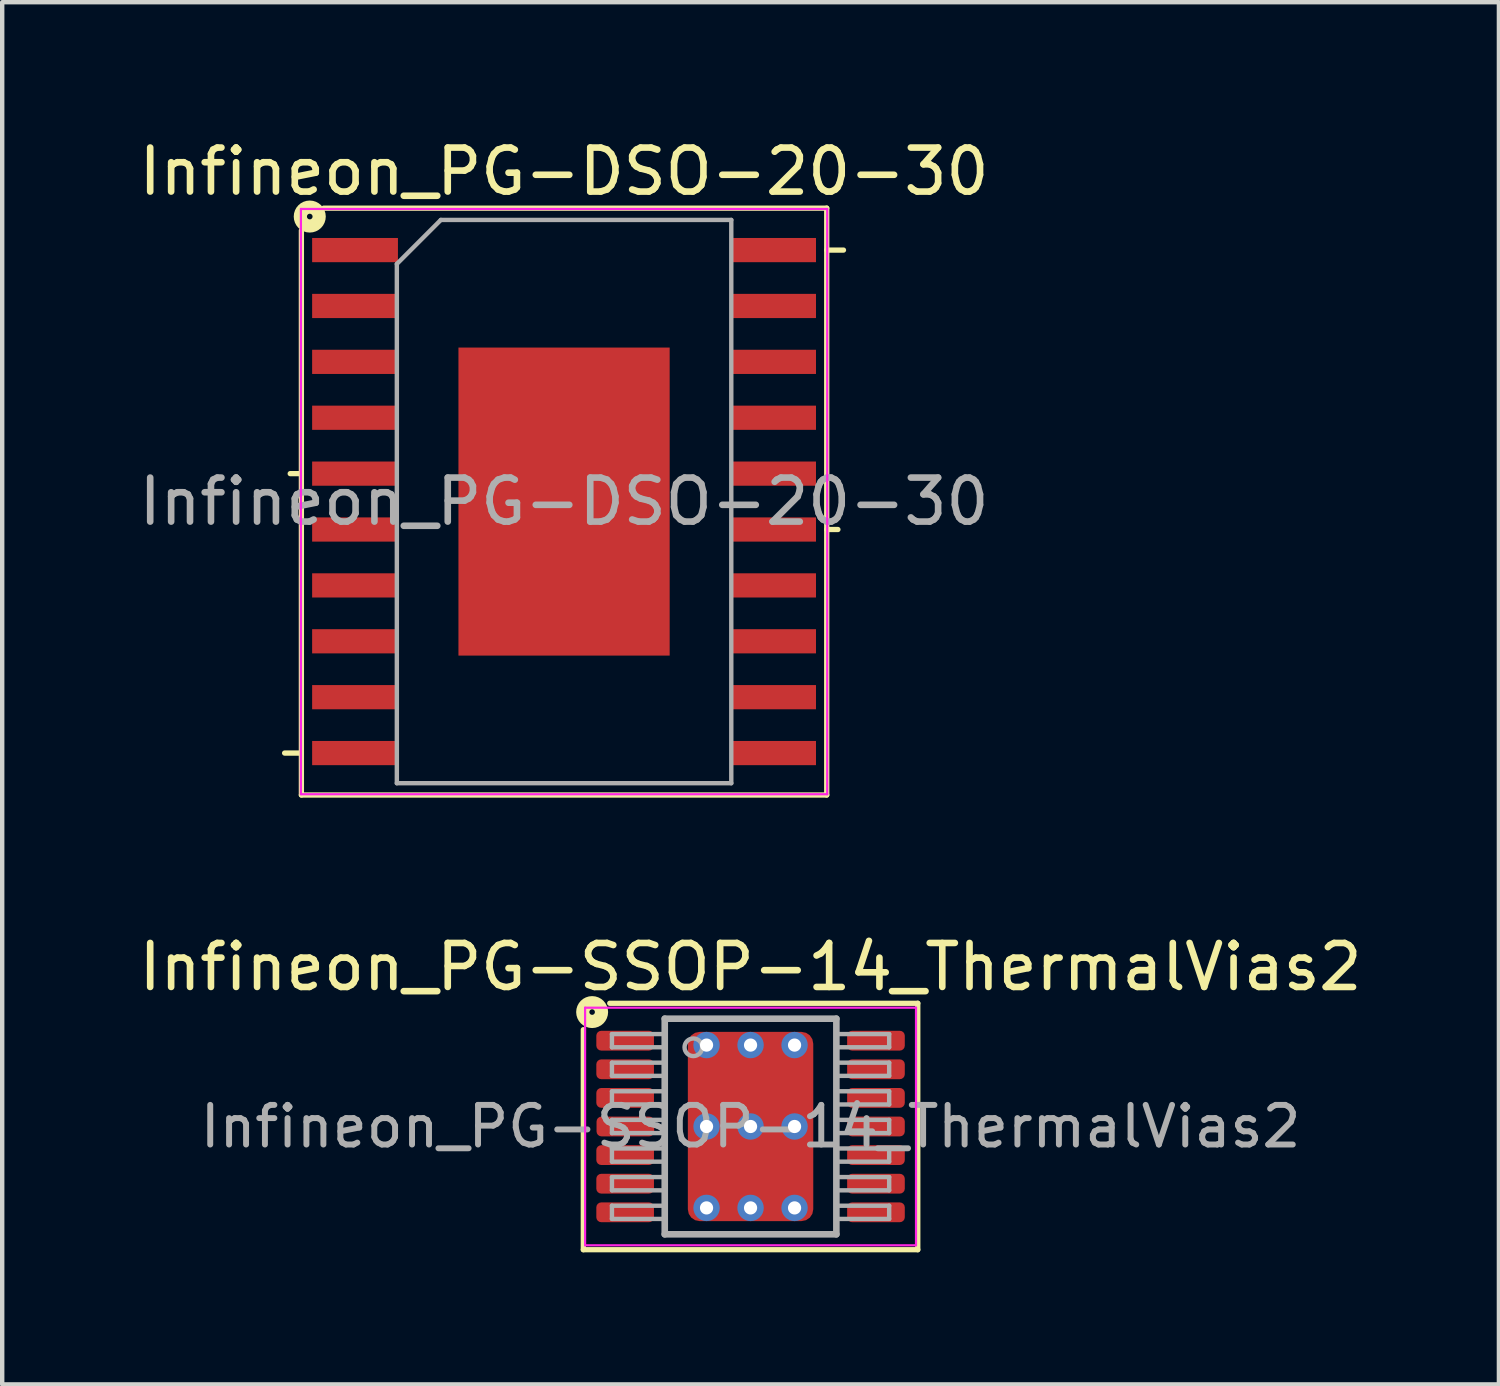
<source format=kicad_pcb>
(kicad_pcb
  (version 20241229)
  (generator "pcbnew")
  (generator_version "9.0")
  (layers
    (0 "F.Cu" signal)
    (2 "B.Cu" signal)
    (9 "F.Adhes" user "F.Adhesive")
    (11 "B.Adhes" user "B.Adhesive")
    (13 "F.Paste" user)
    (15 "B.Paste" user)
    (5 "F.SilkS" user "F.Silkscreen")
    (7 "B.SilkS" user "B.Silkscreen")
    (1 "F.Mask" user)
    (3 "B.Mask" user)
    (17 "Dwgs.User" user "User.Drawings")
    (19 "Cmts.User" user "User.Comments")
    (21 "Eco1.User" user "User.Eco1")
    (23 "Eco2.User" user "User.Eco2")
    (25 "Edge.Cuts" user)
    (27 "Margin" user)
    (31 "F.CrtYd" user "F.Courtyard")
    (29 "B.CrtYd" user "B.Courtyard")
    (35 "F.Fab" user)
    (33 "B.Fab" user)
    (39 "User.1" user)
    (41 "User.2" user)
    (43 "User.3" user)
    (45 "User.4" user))
  (footprint "Infineon_PG-SSOP-14_ThermalVias2"
    (layer "F.Cu")
    (at 14.006 22.549)
    (property "Reference" "Infineon_PG-SSOP-14_ThermalVias2" (at 0 -3.626 0) (layer "F.SilkS") (effects (font (size 1 1) (thickness 0.15))))
    (attr smd)
    (fp_line (start -3.8 2.8) (end -3.8 -2.2) (stroke (width 0.12) (type solid)) (layer "F.SilkS"))
    (fp_line (start -3.2 -2.8) (end 3.8 -2.8) (stroke (width 0.12) (type solid)) (layer "F.SilkS"))
    (fp_line (start 3.8 -2.8) (end 3.8 2.8) (stroke (width 0.12) (type solid)) (layer "F.SilkS"))
    (fp_line (start 3.8 2.8) (end -3.8 2.8) (stroke (width 0.12) (type solid)) (layer "F.SilkS"))
    (fp_circle (center -3.6 -2.6) (end -3.537 -2.6) (stroke (width 0.3) (type solid)) (fill no) (layer "F.SilkS"))
    (fp_line (start -3.76 -2.7) (end -3.76 2.7) (stroke (width 0.05) (type solid)) (layer "F.CrtYd"))
    (fp_line (start -3.76 -2.7) (end 3.76 -2.7) (stroke (width 0.05) (type solid)) (layer "F.CrtYd"))
    (fp_line (start -3.76 2.7) (end 3.76 2.7) (stroke (width 0.05) (type solid)) (layer "F.CrtYd"))
    (fp_line (start 3.76 -2.7) (end 3.76 2.7) (stroke (width 0.05) (type solid)) (layer "F.CrtYd"))
    (fp_line (start -3.15 -2.1) (end -3.15 -1.8) (stroke (width 0.1) (type solid)) (layer "F.Fab"))
    (fp_line (start -3.15 -2.1) (end -1.95 -2.1) (stroke (width 0.1) (type solid)) (layer "F.Fab"))
    (fp_line (start -3.15 -1.8) (end -1.95 -1.8) (stroke (width 0.1) (type solid)) (layer "F.Fab"))
    (fp_line (start -3.15 -1.45) (end -3.15 -1.15) (stroke (width 0.1) (type solid)) (layer "F.Fab"))
    (fp_line (start -3.15 -1.45) (end -1.95 -1.45) (stroke (width 0.1) (type solid)) (layer "F.Fab"))
    (fp_line (start -3.15 -1.15) (end -1.95 -1.15) (stroke (width 0.1) (type solid)) (layer "F.Fab"))
    (fp_line (start -3.15 -0.8) (end -3.15 -0.5) (stroke (width 0.1) (type solid)) (layer "F.Fab"))
    (fp_line (start -3.15 -0.8) (end -1.95 -0.8) (stroke (width 0.1) (type solid)) (layer "F.Fab"))
    (fp_line (start -3.15 -0.5) (end -1.95 -0.5) (stroke (width 0.1) (type solid)) (layer "F.Fab"))
    (fp_line (start -3.15 -0.15) (end -3.15 0.15) (stroke (width 0.1) (type solid)) (layer "F.Fab"))
    (fp_line (start -3.15 -0.15) (end -1.95 -0.15) (stroke (width 0.1) (type solid)) (layer "F.Fab"))
    (fp_line (start -3.15 0.15) (end -1.95 0.15) (stroke (width 0.1) (type solid)) (layer "F.Fab"))
    (fp_line (start -3.15 0.5) (end -3.15 0.8) (stroke (width 0.1) (type solid)) (layer "F.Fab"))
    (fp_line (start -3.15 0.5) (end -1.95 0.5) (stroke (width 0.1) (type solid)) (layer "F.Fab"))
    (fp_line (start -3.15 0.8) (end -1.95 0.8) (stroke (width 0.1) (type solid)) (layer "F.Fab"))
    (fp_line (start -3.15 1.15) (end -3.15 1.45) (stroke (width 0.1) (type solid)) (layer "F.Fab"))
    (fp_line (start -3.15 1.15) (end -1.95 1.15) (stroke (width 0.1) (type solid)) (layer "F.Fab"))
    (fp_line (start -3.15 1.45) (end -1.95 1.45) (stroke (width 0.1) (type solid)) (layer "F.Fab"))
    (fp_line (start -3.15 1.8) (end -3.15 2.1) (stroke (width 0.1) (type solid)) (layer "F.Fab"))
    (fp_line (start -3.15 1.8) (end -1.95 1.8) (stroke (width 0.1) (type solid)) (layer "F.Fab"))
    (fp_line (start -3.15 2.1) (end -1.95 2.1) (stroke (width 0.1) (type solid)) (layer "F.Fab"))
    (fp_line (start -1.95 -2.45) (end 1.95 -2.45) (stroke (width 0.15) (type solid)) (layer "F.Fab"))
    (fp_line (start -1.95 2.45) (end -1.95 -2.45) (stroke (width 0.15) (type solid)) (layer "F.Fab"))
    (fp_line (start 1.95 -2.45) (end 1.95 2.45) (stroke (width 0.15) (type solid)) (layer "F.Fab"))
    (fp_line (start 1.95 2.45) (end -1.95 2.45) (stroke (width 0.15) (type solid)) (layer "F.Fab"))
    (fp_line (start 3.15 -2.1) (end 1.95 -2.1) (stroke (width 0.1) (type solid)) (layer "F.Fab"))
    (fp_line (start 3.15 -1.8) (end 1.95 -1.8) (stroke (width 0.1) (type solid)) (layer "F.Fab"))
    (fp_line (start 3.15 -1.8) (end 3.15 -2.1) (stroke (width 0.1) (type solid)) (layer "F.Fab"))
    (fp_line (start 3.15 -1.45) (end 1.95 -1.45) (stroke (width 0.1) (type solid)) (layer "F.Fab"))
    (fp_line (start 3.15 -1.15) (end 1.95 -1.15) (stroke (width 0.1) (type solid)) (layer "F.Fab"))
    (fp_line (start 3.15 -1.15) (end 3.15 -1.45) (stroke (width 0.1) (type solid)) (layer "F.Fab"))
    (fp_line (start 3.15 -0.8) (end 1.95 -0.8) (stroke (width 0.1) (type solid)) (layer "F.Fab"))
    (fp_line (start 3.15 -0.5) (end 1.95 -0.5) (stroke (width 0.1) (type solid)) (layer "F.Fab"))
    (fp_line (start 3.15 -0.5) (end 3.15 -0.8) (stroke (width 0.1) (type solid)) (layer "F.Fab"))
    (fp_line (start 3.15 -0.15) (end 1.95 -0.15) (stroke (width 0.1) (type solid)) (layer "F.Fab"))
    (fp_line (start 3.15 0.15) (end 1.95 0.15) (stroke (width 0.1) (type solid)) (layer "F.Fab"))
    (fp_line (start 3.15 0.15) (end 3.15 -0.15) (stroke (width 0.1) (type solid)) (layer "F.Fab"))
    (fp_line (start 3.15 0.5) (end 1.95 0.5) (stroke (width 0.1) (type solid)) (layer "F.Fab"))
    (fp_line (start 3.15 0.8) (end 1.95 0.8) (stroke (width 0.1) (type solid)) (layer "F.Fab"))
    (fp_line (start 3.15 0.8) (end 3.15 0.5) (stroke (width 0.1) (type solid)) (layer "F.Fab"))
    (fp_line (start 3.15 1.15) (end 1.95 1.15) (stroke (width 0.1) (type solid)) (layer "F.Fab"))
    (fp_line (start 3.15 1.45) (end 1.95 1.45) (stroke (width 0.1) (type solid)) (layer "F.Fab"))
    (fp_line (start 3.15 1.45) (end 3.15 1.15) (stroke (width 0.1) (type solid)) (layer "F.Fab"))
    (fp_line (start 3.15 1.8) (end 1.95 1.8) (stroke (width 0.1) (type solid)) (layer "F.Fab"))
    (fp_line (start 3.15 2.1) (end 1.95 2.1) (stroke (width 0.1) (type solid)) (layer "F.Fab"))
    (fp_line (start 3.15 2.1) (end 3.15 1.8) (stroke (width 0.1) (type solid)) (layer "F.Fab"))
    (fp_circle (center -1.3 -1.8) (end -1.1 -1.8) (stroke (width 0.1) (type solid)) (fill no) (layer "F.Fab"))
    (fp_text user "${REFERENCE}" (at 0 0 0) (layer "F.Fab") (effects (font (size 0.9 0.9) (thickness 0.135))))
    (pad "" smd roundrect (at -0.65 -0.9) (size 1 1) (layers "F.Paste") (roundrect_rratio 0.25))
    (pad "" smd roundrect (at -0.65 0.9) (size 1 1) (layers "F.Paste") (roundrect_rratio 0.25))
    (pad "" smd roundrect (at 0 -0.9) (size 2.65 1.2) (layers "F.Mask") (roundrect_rratio 0.208))
    (pad "" smd roundrect (at 0 0.9) (size 2.65 1.2) (layers "F.Mask") (roundrect_rratio 0.208))
    (pad "" smd roundrect (at 0.65 -0.9) (size 1 1) (layers "F.Paste") (roundrect_rratio 0.25))
    (pad "" smd roundrect (at 0.65 0.9) (size 1 1) (layers "F.Paste") (roundrect_rratio 0.25))
    (pad "1" smd roundrect (at -2.85 -1.95) (size 1.31 0.45) (layers "F.Cu" "F.Mask" "F.Paste") (roundrect_rratio 0.25))
    (pad "2" smd roundrect (at -2.85 -1.3) (size 1.31 0.45) (layers "F.Cu" "F.Mask" "F.Paste") (roundrect_rratio 0.25))
    (pad "3" smd roundrect (at -2.85 -0.65) (size 1.31 0.45) (layers "F.Cu" "F.Mask" "F.Paste") (roundrect_rratio 0.25))
    (pad "4" smd roundrect (at -2.845 0) (size 1.31 0.45) (layers "F.Cu" "F.Mask" "F.Paste") (roundrect_rratio 0.25))
    (pad "5" smd roundrect (at -2.85 0.65) (size 1.31 0.45) (layers "F.Cu" "F.Mask" "F.Paste") (roundrect_rratio 0.25))
    (pad "6" smd roundrect (at -2.85 1.3) (size 1.31 0.45) (layers "F.Cu" "F.Mask" "F.Paste") (roundrect_rratio 0.25))
    (pad "7" smd roundrect (at -2.85 1.95) (size 1.31 0.45) (layers "F.Cu" "F.Mask" "F.Paste") (roundrect_rratio 0.25))
    (pad "8" smd roundrect (at 2.85 1.95) (size 1.31 0.45) (layers "F.Cu" "F.Mask" "F.Paste") (roundrect_rratio 0.25))
    (pad "9" smd roundrect (at 2.85 1.3) (size 1.31 0.45) (layers "F.Cu" "F.Mask" "F.Paste") (roundrect_rratio 0.25))
    (pad "10" smd roundrect (at 2.85 0.65) (size 1.31 0.45) (layers "F.Cu" "F.Mask" "F.Paste") (roundrect_rratio 0.25))
    (pad "11" smd roundrect (at 2.85 0) (size 1.31 0.45) (layers "F.Cu" "F.Mask" "F.Paste") (roundrect_rratio 0.25))
    (pad "12" smd roundrect (at 2.85 -0.65) (size 1.31 0.45) (layers "F.Cu" "F.Mask" "F.Paste") (roundrect_rratio 0.25))
    (pad "13" smd roundrect (at 2.85 -1.3) (size 1.31 0.45) (layers "F.Cu" "F.Mask" "F.Paste") (roundrect_rratio 0.25))
    (pad "14" smd roundrect (at 2.85 -1.95) (size 1.31 0.45) (layers "F.Cu" "F.Mask" "F.Paste") (roundrect_rratio 0.25))
    (pad "15" thru_hole circle (at -1 -1.85) (size 0.6 0.6) (drill 0.3) (property pad_prop_heatsink) (layers "*.Cu"))
    (pad "15" thru_hole circle (at -1 0) (size 0.6 0.6) (drill 0.3) (property pad_prop_heatsink) (layers "*.Cu"))
    (pad "15" thru_hole circle (at -1 1.85) (size 0.6 0.6) (drill 0.3) (property pad_prop_heatsink) (layers "*.Cu"))
    (pad "15" thru_hole circle (at 0 -1.85) (size 0.6 0.6) (drill 0.3) (property pad_prop_heatsink) (layers "*.Cu"))
    (pad "15" thru_hole circle (at 0 0) (size 0.6 0.6) (drill 0.3) (property pad_prop_heatsink) (layers "*.Cu"))
    (pad "15" smd roundrect (at 0 0) (size 2.85 4.3) (layers "F.Cu") (roundrect_rratio 0.094))
    (pad "15" thru_hole circle (at 0 1.85) (size 0.6 0.6) (drill 0.3) (property pad_prop_heatsink) (layers "*.Cu"))
    (pad "15" thru_hole circle (at 1 -1.85) (size 0.6 0.6) (drill 0.3) (property pad_prop_heatsink) (layers "*.Cu"))
    (pad "15" thru_hole circle (at 1 0) (size 0.6 0.6) (drill 0.3) (property pad_prop_heatsink) (layers "*.Cu"))
    (pad "15" thru_hole circle (at 1 1.85) (size 0.6 0.6) (drill 0.3) (property pad_prop_heatsink) (layers "*.Cu")))
  (footprint "Infineon_PG-DSO-20-30"
    (layer "F.Cu")
    (at 9.768 8.348)
    (property "Reference" "Infineon_PG-DSO-20-30" (at 0 -7.5 0) (layer "F.SilkS") (effects (font (size 1 1) (thickness 0.15))))
    (attr smd)
    (fp_line (start -5.969 -6.16) (end -5.969 6.668) (stroke (width 0.12) (type solid)) (layer "F.SilkS"))
    (fp_line (start -5.969 -0.635) (end -6.223 -0.635) (stroke (width 0.12) (type solid)) (layer "F.SilkS"))
    (fp_line (start -5.969 5.715) (end -6.35 5.715) (stroke (width 0.12) (type solid)) (layer "F.SilkS"))
    (fp_line (start -5.969 6.668) (end 5.969 6.668) (stroke (width 0.12) (type solid)) (layer "F.SilkS"))
    (fp_line (start 5.969 -6.668) (end -5.461 -6.668) (stroke (width 0.12) (type solid)) (layer "F.SilkS"))
    (fp_line (start 5.969 -5.715) (end 6.35 -5.715) (stroke (width 0.12) (type solid)) (layer "F.SilkS"))
    (fp_line (start 5.969 0.635) (end 6.223 0.635) (stroke (width 0.12) (type solid)) (layer "F.SilkS"))
    (fp_line (start 5.969 6.668) (end 5.969 -6.668) (stroke (width 0.12) (type solid)) (layer "F.SilkS"))
    (fp_circle (center -5.779 -6.477) (end -5.715 -6.477) (stroke (width 0.3) (type solid)) (fill no) (layer "F.SilkS"))
    (fp_line (start -5.98 -6.65) (end 5.98 -6.65) (stroke (width 0.05) (type solid)) (layer "F.CrtYd"))
    (fp_line (start -5.98 6.65) (end -5.98 -6.65) (stroke (width 0.05) (type solid)) (layer "F.CrtYd"))
    (fp_line (start -5.98 6.65) (end 5.98 6.65) (stroke (width 0.05) (type solid)) (layer "F.CrtYd"))
    (fp_line (start 5.98 6.65) (end 5.98 -6.65) (stroke (width 0.05) (type solid)) (layer "F.CrtYd"))
    (fp_line (start -3.8 6.4) (end -3.8 -5.4) (stroke (width 0.1) (type solid)) (layer "F.Fab"))
    (fp_line (start -2.8 -6.4) (end -3.8 -5.4) (stroke (width 0.1) (type solid)) (layer "F.Fab"))
    (fp_line (start -2.8 -6.4) (end 3.8 -6.4) (stroke (width 0.1) (type solid)) (layer "F.Fab"))
    (fp_line (start 3.8 -6.4) (end 3.8 6.4) (stroke (width 0.1) (type solid)) (layer "F.Fab"))
    (fp_line (start 3.8 6.4) (end -3.8 6.4) (stroke (width 0.1) (type solid)) (layer "F.Fab"))
    (fp_text user "${REFERENCE}" (at 0 0 0) (layer "F.Fab") (effects (font (size 1 1) (thickness 0.15))))
    (pad "" smd rect (at -1.2 -2.8) (size 2.1 1.1) (layers "F.Paste"))
    (pad "" smd rect (at -1.2 -1.4) (size 2.1 1.1) (layers "F.Paste"))
    (pad "" smd rect (at -1.2 0) (size 2.1 1.1) (layers "F.Paste"))
    (pad "" smd rect (at -1.2 1.4) (size 2.1 1.1) (layers "F.Paste"))
    (pad "" smd rect (at -1.2 2.8) (size 2.1 1.1) (layers "F.Paste"))
    (pad "" smd rect (at 1.2 -2.8) (size 2.1 1.1) (layers "F.Paste"))
    (pad "" smd rect (at 1.2 -1.4) (size 2.1 1.1) (layers "F.Paste"))
    (pad "" smd rect (at 1.2 0) (size 2.1 1.1) (layers "F.Paste"))
    (pad "" smd rect (at 1.2 1.4) (size 2.1 1.1) (layers "F.Paste"))
    (pad "" smd rect (at 1.2 2.8) (size 2.1 1.1) (layers "F.Paste"))
    (pad "1" smd rect (at -4.75 -5.715 90) (size 0.55 1.95) (layers "F.Cu" "F.Mask" "F.Paste"))
    (pad "2" smd rect (at -4.75 -4.445 90) (size 0.55 1.95) (layers "F.Cu" "F.Mask" "F.Paste"))
    (pad "3" smd rect (at -4.75 -3.175 90) (size 0.55 1.95) (layers "F.Cu" "F.Mask" "F.Paste"))
    (pad "4" smd rect (at -4.75 -1.905 90) (size 0.55 1.95) (layers "F.Cu" "F.Mask" "F.Paste"))
    (pad "5" smd rect (at -4.75 -0.635 90) (size 0.55 1.95) (layers "F.Cu" "F.Mask" "F.Paste"))
    (pad "6" smd rect (at -4.75 0.635 90) (size 0.55 1.95) (layers "F.Cu" "F.Mask" "F.Paste"))
    (pad "7" smd rect (at -4.75 1.905 90) (size 0.55 1.95) (layers "F.Cu" "F.Mask" "F.Paste"))
    (pad "8" smd rect (at -4.75 3.175 90) (size 0.55 1.95) (layers "F.Cu" "F.Mask" "F.Paste"))
    (pad "9" smd rect (at -4.75 4.445 90) (size 0.55 1.95) (layers "F.Cu" "F.Mask" "F.Paste"))
    (pad "10" smd rect (at -4.75 5.715 90) (size 0.55 1.95) (layers "F.Cu" "F.Mask" "F.Paste"))
    (pad "11" smd rect (at 4.75 5.715 90) (size 0.55 1.95) (layers "F.Cu" "F.Mask" "F.Paste"))
    (pad "12" smd rect (at 4.75 4.445 90) (size 0.55 1.95) (layers "F.Cu" "F.Mask" "F.Paste"))
    (pad "13" smd rect (at 4.75 3.175 90) (size 0.55 1.95) (layers "F.Cu" "F.Mask" "F.Paste"))
    (pad "14" smd rect (at 4.75 1.905 90) (size 0.55 1.95) (layers "F.Cu" "F.Mask" "F.Paste"))
    (pad "15" smd rect (at 4.75 0.635 90) (size 0.55 1.95) (layers "F.Cu" "F.Mask" "F.Paste"))
    (pad "16" smd rect (at 4.75 -0.635 90) (size 0.55 1.95) (layers "F.Cu" "F.Mask" "F.Paste"))
    (pad "17" smd rect (at 4.75 -1.905 90) (size 0.55 1.95) (layers "F.Cu" "F.Mask" "F.Paste"))
    (pad "18" smd rect (at 4.75 -3.175 90) (size 0.55 1.95) (layers "F.Cu" "F.Mask" "F.Paste"))
    (pad "19" smd rect (at 4.75 -4.445 90) (size 0.55 1.95) (layers "F.Cu" "F.Mask" "F.Paste"))
    (pad "20" smd rect (at 4.75 -5.715 90) (size 0.55 1.95) (layers "F.Cu" "F.Mask" "F.Paste"))
    (pad "21" smd rect (at 0 0) (size 4.8 7) (layers "F.Cu" "F.Mask")))
  (gr_rect
    (start -3 -3)
    (end 31.012 28.41)
    (stroke (width 0.1) (type default))
    (fill no)
    (layer "Edge.Cuts")))
</source>
